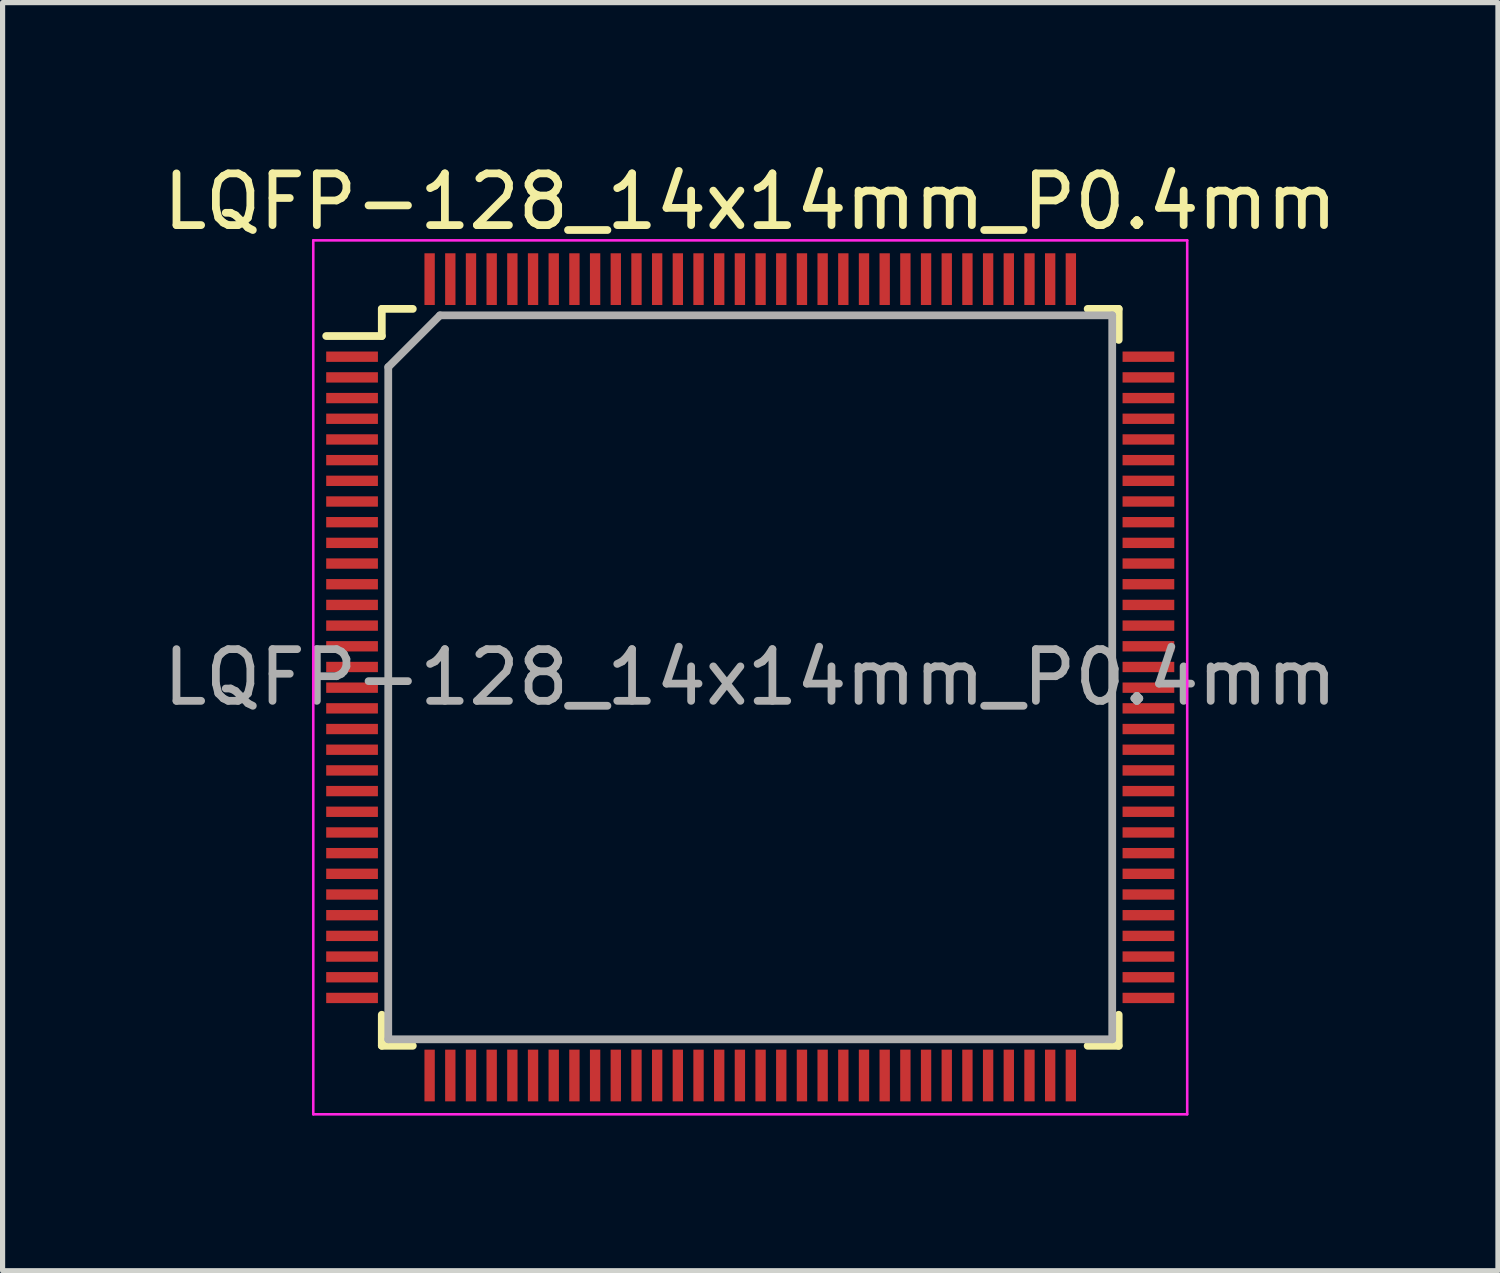
<source format=kicad_pcb>
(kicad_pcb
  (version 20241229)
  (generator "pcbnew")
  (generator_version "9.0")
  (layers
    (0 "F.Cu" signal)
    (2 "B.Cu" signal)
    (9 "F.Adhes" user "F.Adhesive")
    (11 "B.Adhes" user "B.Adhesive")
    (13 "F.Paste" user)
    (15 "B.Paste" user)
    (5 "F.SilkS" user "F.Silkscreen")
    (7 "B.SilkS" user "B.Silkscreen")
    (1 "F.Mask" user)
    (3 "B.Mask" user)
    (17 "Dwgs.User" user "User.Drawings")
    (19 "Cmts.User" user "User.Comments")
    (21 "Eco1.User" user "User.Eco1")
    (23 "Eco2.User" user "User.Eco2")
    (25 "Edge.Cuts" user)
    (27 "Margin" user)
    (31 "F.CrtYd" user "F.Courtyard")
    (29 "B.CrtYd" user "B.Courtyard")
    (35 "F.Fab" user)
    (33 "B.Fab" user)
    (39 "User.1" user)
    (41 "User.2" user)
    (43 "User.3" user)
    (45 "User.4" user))
  (footprint "LQFP-128_14x14mm_P0.4mm"
    (layer "F.Cu")
    (at 11.458 10.048)
    (property "Reference" "LQFP-128_14x14mm_P0.4mm" (at 0 -9.2 0) (layer "F.SilkS") (effects (font (size 1 1) (thickness 0.15))))
    (attr smd)
    (fp_line (start -7.125 -7.125) (end -7.125 -6.6) (stroke (width 0.15) (type solid)) (layer "F.SilkS"))
    (fp_line (start -7.125 -7.125) (end -6.525 -7.125) (stroke (width 0.15) (type solid)) (layer "F.SilkS"))
    (fp_line (start -7.125 -6.6) (end -8.2 -6.6) (stroke (width 0.15) (type solid)) (layer "F.SilkS"))
    (fp_line (start -7.125 7.125) (end -7.125 6.525) (stroke (width 0.15) (type solid)) (layer "F.SilkS"))
    (fp_line (start -7.125 7.125) (end -6.525 7.125) (stroke (width 0.15) (type solid)) (layer "F.SilkS"))
    (fp_line (start 7.125 -7.125) (end 6.525 -7.125) (stroke (width 0.15) (type solid)) (layer "F.SilkS"))
    (fp_line (start 7.125 -7.125) (end 7.125 -6.525) (stroke (width 0.15) (type solid)) (layer "F.SilkS"))
    (fp_line (start 7.125 7.125) (end 6.525 7.125) (stroke (width 0.15) (type solid)) (layer "F.SilkS"))
    (fp_line (start 7.125 7.125) (end 7.125 6.525) (stroke (width 0.15) (type solid)) (layer "F.SilkS"))
    (fp_line (start -8.45 -8.45) (end -8.45 8.45) (stroke (width 0.05) (type solid)) (layer "F.CrtYd"))
    (fp_line (start -8.45 -8.45) (end 8.45 -8.45) (stroke (width 0.05) (type solid)) (layer "F.CrtYd"))
    (fp_line (start -8.45 8.45) (end 8.45 8.45) (stroke (width 0.05) (type solid)) (layer "F.CrtYd"))
    (fp_line (start 8.45 -8.45) (end 8.45 8.45) (stroke (width 0.05) (type solid)) (layer "F.CrtYd"))
    (fp_line (start -7 -6) (end -6 -7) (stroke (width 0.15) (type solid)) (layer "F.Fab"))
    (fp_line (start -7 7) (end -7 -6) (stroke (width 0.15) (type solid)) (layer "F.Fab"))
    (fp_line (start -6 -7) (end 7 -7) (stroke (width 0.15) (type solid)) (layer "F.Fab"))
    (fp_line (start 7 -7) (end 7 7) (stroke (width 0.15) (type solid)) (layer "F.Fab"))
    (fp_line (start 7 7) (end -7 7) (stroke (width 0.15) (type solid)) (layer "F.Fab"))
    (fp_text user "${REFERENCE}" (at 0 0 0) (layer "F.Fab") (effects (font (size 1 1) (thickness 0.15))))
    (pad "1" smd rect (at -7.7 -6.2) (size 1 0.2) (layers "F.Cu" "F.Mask" "F.Paste"))
    (pad "2" smd rect (at -7.7 -5.8) (size 1 0.2) (layers "F.Cu" "F.Mask" "F.Paste"))
    (pad "3" smd rect (at -7.7 -5.4) (size 1 0.2) (layers "F.Cu" "F.Mask" "F.Paste"))
    (pad "4" smd rect (at -7.7 -5) (size 1 0.2) (layers "F.Cu" "F.Mask" "F.Paste"))
    (pad "5" smd rect (at -7.7 -4.6) (size 1 0.2) (layers "F.Cu" "F.Mask" "F.Paste"))
    (pad "6" smd rect (at -7.7 -4.2) (size 1 0.2) (layers "F.Cu" "F.Mask" "F.Paste"))
    (pad "7" smd rect (at -7.7 -3.8) (size 1 0.2) (layers "F.Cu" "F.Mask" "F.Paste"))
    (pad "8" smd rect (at -7.7 -3.4) (size 1 0.2) (layers "F.Cu" "F.Mask" "F.Paste"))
    (pad "9" smd rect (at -7.7 -3) (size 1 0.2) (layers "F.Cu" "F.Mask" "F.Paste"))
    (pad "10" smd rect (at -7.7 -2.6) (size 1 0.2) (layers "F.Cu" "F.Mask" "F.Paste"))
    (pad "11" smd rect (at -7.7 -2.2) (size 1 0.2) (layers "F.Cu" "F.Mask" "F.Paste"))
    (pad "12" smd rect (at -7.7 -1.8) (size 1 0.2) (layers "F.Cu" "F.Mask" "F.Paste"))
    (pad "13" smd rect (at -7.7 -1.4) (size 1 0.2) (layers "F.Cu" "F.Mask" "F.Paste"))
    (pad "14" smd rect (at -7.7 -1) (size 1 0.2) (layers "F.Cu" "F.Mask" "F.Paste"))
    (pad "15" smd rect (at -7.7 -0.6) (size 1 0.2) (layers "F.Cu" "F.Mask" "F.Paste"))
    (pad "16" smd rect (at -7.7 -0.2) (size 1 0.2) (layers "F.Cu" "F.Mask" "F.Paste"))
    (pad "17" smd rect (at -7.7 0.2) (size 1 0.2) (layers "F.Cu" "F.Mask" "F.Paste"))
    (pad "18" smd rect (at -7.7 0.6) (size 1 0.2) (layers "F.Cu" "F.Mask" "F.Paste"))
    (pad "19" smd rect (at -7.7 1) (size 1 0.2) (layers "F.Cu" "F.Mask" "F.Paste"))
    (pad "20" smd rect (at -7.7 1.4) (size 1 0.2) (layers "F.Cu" "F.Mask" "F.Paste"))
    (pad "21" smd rect (at -7.7 1.8) (size 1 0.2) (layers "F.Cu" "F.Mask" "F.Paste"))
    (pad "22" smd rect (at -7.7 2.2) (size 1 0.2) (layers "F.Cu" "F.Mask" "F.Paste"))
    (pad "23" smd rect (at -7.7 2.6) (size 1 0.2) (layers "F.Cu" "F.Mask" "F.Paste"))
    (pad "24" smd rect (at -7.7 3) (size 1 0.2) (layers "F.Cu" "F.Mask" "F.Paste"))
    (pad "25" smd rect (at -7.7 3.4) (size 1 0.2) (layers "F.Cu" "F.Mask" "F.Paste"))
    (pad "26" smd rect (at -7.7 3.8) (size 1 0.2) (layers "F.Cu" "F.Mask" "F.Paste"))
    (pad "27" smd rect (at -7.7 4.2) (size 1 0.2) (layers "F.Cu" "F.Mask" "F.Paste"))
    (pad "28" smd rect (at -7.7 4.6) (size 1 0.2) (layers "F.Cu" "F.Mask" "F.Paste"))
    (pad "29" smd rect (at -7.7 5) (size 1 0.2) (layers "F.Cu" "F.Mask" "F.Paste"))
    (pad "30" smd rect (at -7.7 5.4) (size 1 0.2) (layers "F.Cu" "F.Mask" "F.Paste"))
    (pad "31" smd rect (at -7.7 5.8) (size 1 0.2) (layers "F.Cu" "F.Mask" "F.Paste"))
    (pad "32" smd rect (at -7.7 6.2) (size 1 0.2) (layers "F.Cu" "F.Mask" "F.Paste"))
    (pad "33" smd rect (at -6.2 7.7 90) (size 1 0.2) (layers "F.Cu" "F.Mask" "F.Paste"))
    (pad "34" smd rect (at -5.8 7.7 90) (size 1 0.2) (layers "F.Cu" "F.Mask" "F.Paste"))
    (pad "35" smd rect (at -5.4 7.7 90) (size 1 0.2) (layers "F.Cu" "F.Mask" "F.Paste"))
    (pad "36" smd rect (at -5 7.7 90) (size 1 0.2) (layers "F.Cu" "F.Mask" "F.Paste"))
    (pad "37" smd rect (at -4.6 7.7 90) (size 1 0.2) (layers "F.Cu" "F.Mask" "F.Paste"))
    (pad "38" smd rect (at -4.2 7.7 90) (size 1 0.2) (layers "F.Cu" "F.Mask" "F.Paste"))
    (pad "39" smd rect (at -3.8 7.7 90) (size 1 0.2) (layers "F.Cu" "F.Mask" "F.Paste"))
    (pad "40" smd rect (at -3.4 7.7 90) (size 1 0.2) (layers "F.Cu" "F.Mask" "F.Paste"))
    (pad "41" smd rect (at -3 7.7 90) (size 1 0.2) (layers "F.Cu" "F.Mask" "F.Paste"))
    (pad "42" smd rect (at -2.6 7.7 90) (size 1 0.2) (layers "F.Cu" "F.Mask" "F.Paste"))
    (pad "43" smd rect (at -2.2 7.7 90) (size 1 0.2) (layers "F.Cu" "F.Mask" "F.Paste"))
    (pad "44" smd rect (at -1.8 7.7 90) (size 1 0.2) (layers "F.Cu" "F.Mask" "F.Paste"))
    (pad "45" smd rect (at -1.4 7.7 90) (size 1 0.2) (layers "F.Cu" "F.Mask" "F.Paste"))
    (pad "46" smd rect (at -1 7.7 90) (size 1 0.2) (layers "F.Cu" "F.Mask" "F.Paste"))
    (pad "47" smd rect (at -0.6 7.7 90) (size 1 0.2) (layers "F.Cu" "F.Mask" "F.Paste"))
    (pad "48" smd rect (at -0.2 7.7 90) (size 1 0.2) (layers "F.Cu" "F.Mask" "F.Paste"))
    (pad "49" smd rect (at 0.2 7.7 90) (size 1 0.2) (layers "F.Cu" "F.Mask" "F.Paste"))
    (pad "50" smd rect (at 0.6 7.7 90) (size 1 0.2) (layers "F.Cu" "F.Mask" "F.Paste"))
    (pad "51" smd rect (at 1 7.7 90) (size 1 0.2) (layers "F.Cu" "F.Mask" "F.Paste"))
    (pad "52" smd rect (at 1.4 7.7 90) (size 1 0.2) (layers "F.Cu" "F.Mask" "F.Paste"))
    (pad "53" smd rect (at 1.8 7.7 90) (size 1 0.2) (layers "F.Cu" "F.Mask" "F.Paste"))
    (pad "54" smd rect (at 2.2 7.7 90) (size 1 0.2) (layers "F.Cu" "F.Mask" "F.Paste"))
    (pad "55" smd rect (at 2.6 7.7 90) (size 1 0.2) (layers "F.Cu" "F.Mask" "F.Paste"))
    (pad "56" smd rect (at 3 7.7 90) (size 1 0.2) (layers "F.Cu" "F.Mask" "F.Paste"))
    (pad "57" smd rect (at 3.4 7.7 90) (size 1 0.2) (layers "F.Cu" "F.Mask" "F.Paste"))
    (pad "58" smd rect (at 3.8 7.7 90) (size 1 0.2) (layers "F.Cu" "F.Mask" "F.Paste"))
    (pad "59" smd rect (at 4.2 7.7 90) (size 1 0.2) (layers "F.Cu" "F.Mask" "F.Paste"))
    (pad "60" smd rect (at 4.6 7.7 90) (size 1 0.2) (layers "F.Cu" "F.Mask" "F.Paste"))
    (pad "61" smd rect (at 5 7.7 90) (size 1 0.2) (layers "F.Cu" "F.Mask" "F.Paste"))
    (pad "62" smd rect (at 5.4 7.7 90) (size 1 0.2) (layers "F.Cu" "F.Mask" "F.Paste"))
    (pad "63" smd rect (at 5.8 7.7 90) (size 1 0.2) (layers "F.Cu" "F.Mask" "F.Paste"))
    (pad "64" smd rect (at 6.2 7.7 90) (size 1 0.2) (layers "F.Cu" "F.Mask" "F.Paste"))
    (pad "65" smd rect (at 7.7 6.2) (size 1 0.2) (layers "F.Cu" "F.Mask" "F.Paste"))
    (pad "66" smd rect (at 7.7 5.8) (size 1 0.2) (layers "F.Cu" "F.Mask" "F.Paste"))
    (pad "67" smd rect (at 7.7 5.4) (size 1 0.2) (layers "F.Cu" "F.Mask" "F.Paste"))
    (pad "68" smd rect (at 7.7 5) (size 1 0.2) (layers "F.Cu" "F.Mask" "F.Paste"))
    (pad "69" smd rect (at 7.7 4.6) (size 1 0.2) (layers "F.Cu" "F.Mask" "F.Paste"))
    (pad "70" smd rect (at 7.7 4.2) (size 1 0.2) (layers "F.Cu" "F.Mask" "F.Paste"))
    (pad "71" smd rect (at 7.7 3.8) (size 1 0.2) (layers "F.Cu" "F.Mask" "F.Paste"))
    (pad "72" smd rect (at 7.7 3.4) (size 1 0.2) (layers "F.Cu" "F.Mask" "F.Paste"))
    (pad "73" smd rect (at 7.7 3) (size 1 0.2) (layers "F.Cu" "F.Mask" "F.Paste"))
    (pad "74" smd rect (at 7.7 2.6) (size 1 0.2) (layers "F.Cu" "F.Mask" "F.Paste"))
    (pad "75" smd rect (at 7.7 2.2) (size 1 0.2) (layers "F.Cu" "F.Mask" "F.Paste"))
    (pad "76" smd rect (at 7.7 1.8) (size 1 0.2) (layers "F.Cu" "F.Mask" "F.Paste"))
    (pad "77" smd rect (at 7.7 1.4) (size 1 0.2) (layers "F.Cu" "F.Mask" "F.Paste"))
    (pad "78" smd rect (at 7.7 1) (size 1 0.2) (layers "F.Cu" "F.Mask" "F.Paste"))
    (pad "79" smd rect (at 7.7 0.6) (size 1 0.2) (layers "F.Cu" "F.Mask" "F.Paste"))
    (pad "80" smd rect (at 7.7 0.2) (size 1 0.2) (layers "F.Cu" "F.Mask" "F.Paste"))
    (pad "81" smd rect (at 7.7 -0.2) (size 1 0.2) (layers "F.Cu" "F.Mask" "F.Paste"))
    (pad "82" smd rect (at 7.7 -0.6) (size 1 0.2) (layers "F.Cu" "F.Mask" "F.Paste"))
    (pad "83" smd rect (at 7.7 -1) (size 1 0.2) (layers "F.Cu" "F.Mask" "F.Paste"))
    (pad "84" smd rect (at 7.7 -1.4) (size 1 0.2) (layers "F.Cu" "F.Mask" "F.Paste"))
    (pad "85" smd rect (at 7.7 -1.8) (size 1 0.2) (layers "F.Cu" "F.Mask" "F.Paste"))
    (pad "86" smd rect (at 7.7 -2.2) (size 1 0.2) (layers "F.Cu" "F.Mask" "F.Paste"))
    (pad "87" smd rect (at 7.7 -2.6) (size 1 0.2) (layers "F.Cu" "F.Mask" "F.Paste"))
    (pad "88" smd rect (at 7.7 -3) (size 1 0.2) (layers "F.Cu" "F.Mask" "F.Paste"))
    (pad "89" smd rect (at 7.7 -3.4) (size 1 0.2) (layers "F.Cu" "F.Mask" "F.Paste"))
    (pad "90" smd rect (at 7.7 -3.8) (size 1 0.2) (layers "F.Cu" "F.Mask" "F.Paste"))
    (pad "91" smd rect (at 7.7 -4.2) (size 1 0.2) (layers "F.Cu" "F.Mask" "F.Paste"))
    (pad "92" smd rect (at 7.7 -4.6) (size 1 0.2) (layers "F.Cu" "F.Mask" "F.Paste"))
    (pad "93" smd rect (at 7.7 -5) (size 1 0.2) (layers "F.Cu" "F.Mask" "F.Paste"))
    (pad "94" smd rect (at 7.7 -5.4) (size 1 0.2) (layers "F.Cu" "F.Mask" "F.Paste"))
    (pad "95" smd rect (at 7.7 -5.8) (size 1 0.2) (layers "F.Cu" "F.Mask" "F.Paste"))
    (pad "96" smd rect (at 7.7 -6.2) (size 1 0.2) (layers "F.Cu" "F.Mask" "F.Paste"))
    (pad "97" smd rect (at 6.2 -7.7 90) (size 1 0.2) (layers "F.Cu" "F.Mask" "F.Paste"))
    (pad "98" smd rect (at 5.8 -7.7 90) (size 1 0.2) (layers "F.Cu" "F.Mask" "F.Paste"))
    (pad "99" smd rect (at 5.4 -7.7 90) (size 1 0.2) (layers "F.Cu" "F.Mask" "F.Paste"))
    (pad "100" smd rect (at 5 -7.7 90) (size 1 0.2) (layers "F.Cu" "F.Mask" "F.Paste"))
    (pad "101" smd rect (at 4.6 -7.7 90) (size 1 0.2) (layers "F.Cu" "F.Mask" "F.Paste"))
    (pad "102" smd rect (at 4.2 -7.7 90) (size 1 0.2) (layers "F.Cu" "F.Mask" "F.Paste"))
    (pad "103" smd rect (at 3.8 -7.7 90) (size 1 0.2) (layers "F.Cu" "F.Mask" "F.Paste"))
    (pad "104" smd rect (at 3.4 -7.7 90) (size 1 0.2) (layers "F.Cu" "F.Mask" "F.Paste"))
    (pad "105" smd rect (at 3 -7.7 90) (size 1 0.2) (layers "F.Cu" "F.Mask" "F.Paste"))
    (pad "106" smd rect (at 2.6 -7.7 90) (size 1 0.2) (layers "F.Cu" "F.Mask" "F.Paste"))
    (pad "107" smd rect (at 2.2 -7.7 90) (size 1 0.2) (layers "F.Cu" "F.Mask" "F.Paste"))
    (pad "108" smd rect (at 1.8 -7.7 90) (size 1 0.2) (layers "F.Cu" "F.Mask" "F.Paste"))
    (pad "109" smd rect (at 1.4 -7.7 90) (size 1 0.2) (layers "F.Cu" "F.Mask" "F.Paste"))
    (pad "110" smd rect (at 1 -7.7 90) (size 1 0.2) (layers "F.Cu" "F.Mask" "F.Paste"))
    (pad "111" smd rect (at 0.6 -7.7 90) (size 1 0.2) (layers "F.Cu" "F.Mask" "F.Paste"))
    (pad "112" smd rect (at 0.2 -7.7 90) (size 1 0.2) (layers "F.Cu" "F.Mask" "F.Paste"))
    (pad "113" smd rect (at -0.2 -7.7 90) (size 1 0.2) (layers "F.Cu" "F.Mask" "F.Paste"))
    (pad "114" smd rect (at -0.6 -7.7 90) (size 1 0.2) (layers "F.Cu" "F.Mask" "F.Paste"))
    (pad "115" smd rect (at -1 -7.7 90) (size 1 0.2) (layers "F.Cu" "F.Mask" "F.Paste"))
    (pad "116" smd rect (at -1.4 -7.7 90) (size 1 0.2) (layers "F.Cu" "F.Mask" "F.Paste"))
    (pad "117" smd rect (at -1.8 -7.7 90) (size 1 0.2) (layers "F.Cu" "F.Mask" "F.Paste"))
    (pad "118" smd rect (at -2.2 -7.7 90) (size 1 0.2) (layers "F.Cu" "F.Mask" "F.Paste"))
    (pad "119" smd rect (at -2.6 -7.7 90) (size 1 0.2) (layers "F.Cu" "F.Mask" "F.Paste"))
    (pad "120" smd rect (at -3 -7.7 90) (size 1 0.2) (layers "F.Cu" "F.Mask" "F.Paste"))
    (pad "121" smd rect (at -3.4 -7.7 90) (size 1 0.2) (layers "F.Cu" "F.Mask" "F.Paste"))
    (pad "122" smd rect (at -3.8 -7.7 90) (size 1 0.2) (layers "F.Cu" "F.Mask" "F.Paste"))
    (pad "123" smd rect (at -4.2 -7.7 90) (size 1 0.2) (layers "F.Cu" "F.Mask" "F.Paste"))
    (pad "124" smd rect (at -4.6 -7.7 90) (size 1 0.2) (layers "F.Cu" "F.Mask" "F.Paste"))
    (pad "125" smd rect (at -5 -7.7 90) (size 1 0.2) (layers "F.Cu" "F.Mask" "F.Paste"))
    (pad "126" smd rect (at -5.4 -7.7 90) (size 1 0.2) (layers "F.Cu" "F.Mask" "F.Paste"))
    (pad "127" smd rect (at -5.8 -7.7 90) (size 1 0.2) (layers "F.Cu" "F.Mask" "F.Paste"))
    (pad "128" smd rect (at -6.2 -7.7 90) (size 1 0.2) (layers "F.Cu" "F.Mask" "F.Paste")))
  (gr_rect
    (start -3 -3)
    (end 25.917 21.523)
    (stroke (width 0.1) (type default))
    (fill no)
    (layer "Edge.Cuts")))
</source>
